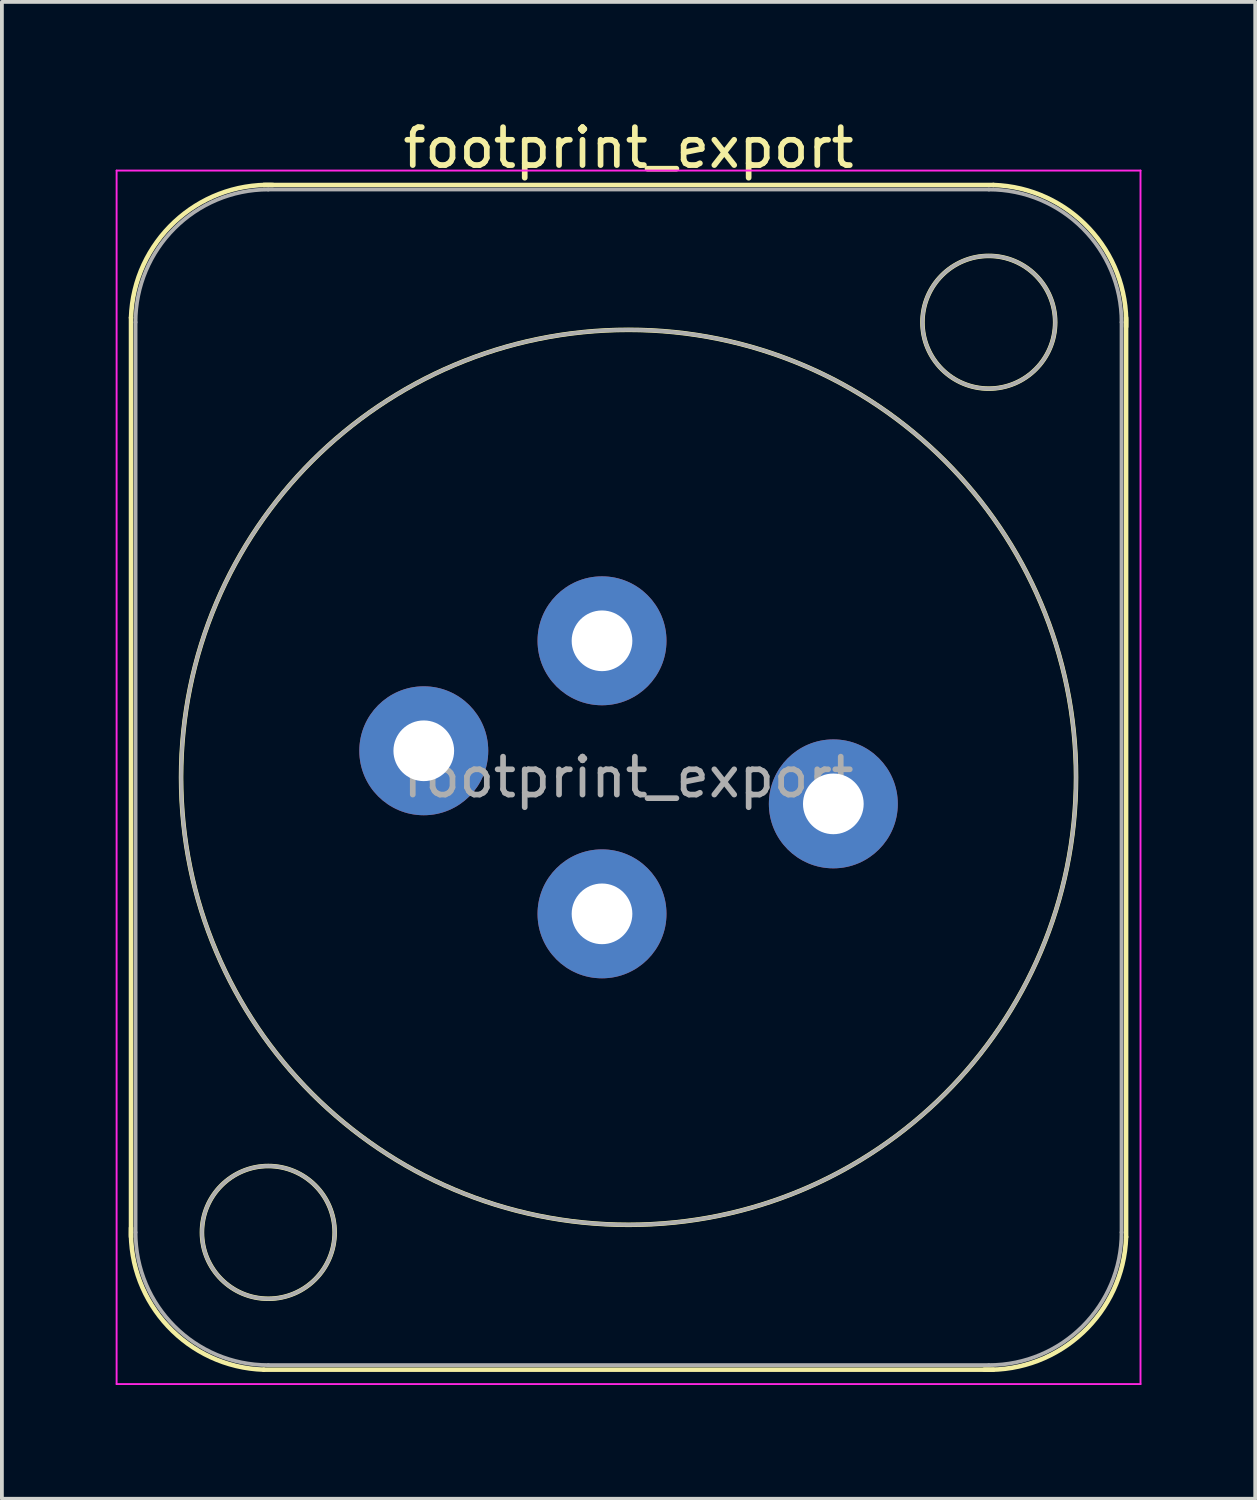
<source format=kicad_pcb>
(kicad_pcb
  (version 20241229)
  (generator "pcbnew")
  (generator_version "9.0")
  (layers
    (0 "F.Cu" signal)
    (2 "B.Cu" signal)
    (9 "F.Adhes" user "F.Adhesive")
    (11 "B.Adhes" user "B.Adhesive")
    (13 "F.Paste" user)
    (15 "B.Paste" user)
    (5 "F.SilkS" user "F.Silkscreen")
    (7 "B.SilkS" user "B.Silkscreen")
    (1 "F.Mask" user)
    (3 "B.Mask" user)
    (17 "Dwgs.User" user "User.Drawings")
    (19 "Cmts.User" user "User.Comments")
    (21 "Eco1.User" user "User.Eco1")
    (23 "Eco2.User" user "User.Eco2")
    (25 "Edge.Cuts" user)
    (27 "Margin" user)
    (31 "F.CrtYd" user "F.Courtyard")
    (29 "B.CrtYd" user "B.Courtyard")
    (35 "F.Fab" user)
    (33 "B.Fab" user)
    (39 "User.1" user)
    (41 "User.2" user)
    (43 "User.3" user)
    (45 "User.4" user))
  (footprint "footprint_export"
    (layer "F.Cu")
    (at 12.825 13.848)
    (property "Reference" "footprint_export" (at 0.7 -13 0) (layer "F.SilkS") (effects (font (size 1 1) (thickness 0.15))))
    (attr through_hole)
    (fp_line (start -12.42 15.72) (end -12.42 -8.52) (stroke (width 0.12) (type solid)) (layer "F.SilkS"))
    (fp_line (start -8.92 -12.02) (end 10.32 -12.02) (stroke (width 0.12) (type solid)) (layer "F.SilkS"))
    (fp_line (start -8.92 19.22) (end 10.32 19.22) (stroke (width 0.12) (type solid)) (layer "F.SilkS"))
    (fp_line (start 13.82 15.72) (end 13.82 -8.52) (stroke (width 0.12) (type solid)) (layer "F.SilkS"))
    (fp_arc (start -12.42 -8.52) (mid -11.274874 -11.044579) (end -8.68 -12.02) (stroke (width 0.12) (type solid)) (layer "F.SilkS"))
    (fp_arc (start -8.92 19.22) (mid -11.444579 18.074874) (end -12.42 15.48) (stroke (width 0.12) (type solid)) (layer "F.SilkS"))
    (fp_arc (start 10.32 -12.02) (mid 12.844579 -10.874874) (end 13.82 -8.28) (stroke (width 0.12) (type solid)) (layer "F.SilkS"))
    (fp_arc (start 13.82 15.72) (mid 12.674874 18.244579) (end 10.08 19.22) (stroke (width 0.12) (type solid)) (layer "F.SilkS"))
    (fp_circle (center -8.8 15.6) (end -7.05 15.6) (stroke (width 0.12) (type solid)) (fill no) (layer "F.SilkS"))
    (fp_circle (center 0.7 3.6) (end 12.5 3.6) (stroke (width 0.12) (type solid)) (fill no) (layer "F.SilkS"))
    (fp_circle (center 10.2 -8.4) (end 11.95 -8.4) (stroke (width 0.12) (type solid)) (fill no) (layer "F.SilkS"))
    (fp_line (start -12.8 -12.4) (end 14.2 -12.4) (stroke (width 0.05) (type solid)) (layer "F.CrtYd"))
    (fp_line (start -12.8 19.6) (end -12.8 -12.4) (stroke (width 0.05) (type solid)) (layer "F.CrtYd"))
    (fp_line (start -12.8 19.6) (end 14.2 19.6) (stroke (width 0.05) (type solid)) (layer "F.CrtYd"))
    (fp_line (start 14.2 19.6) (end 14.2 -12.4) (stroke (width 0.05) (type solid)) (layer "F.CrtYd"))
    (fp_line (start -12.3 15.6) (end -12.3 -8.4) (stroke (width 0.1) (type solid)) (layer "F.Fab"))
    (fp_line (start -8.8 -11.9) (end 10.2 -11.9) (stroke (width 0.1) (type solid)) (layer "F.Fab"))
    (fp_line (start -8.8 19.1) (end 10.2 19.1) (stroke (width 0.1) (type solid)) (layer "F.Fab"))
    (fp_line (start 13.7 15.6) (end 13.7 -8.4) (stroke (width 0.1) (type solid)) (layer "F.Fab"))
    (fp_arc (start -12.3 -8.4) (mid -11.274874 -10.874874) (end -8.8 -11.9) (stroke (width 0.1) (type solid)) (layer "F.Fab"))
    (fp_arc (start -8.8 19.1) (mid -11.274874 18.074874) (end -12.3 15.6) (stroke (width 0.1) (type solid)) (layer "F.Fab"))
    (fp_arc (start 10.2 -11.9) (mid 12.674874 -10.874874) (end 13.7 -8.4) (stroke (width 0.1) (type solid)) (layer "F.Fab"))
    (fp_arc (start 13.7 15.6) (mid 12.674874 18.074874) (end 10.2 19.1) (stroke (width 0.1) (type solid)) (layer "F.Fab"))
    (fp_circle (center -8.8 15.6) (end -10.55 15.6) (stroke (width 0.1) (type solid)) (fill no) (layer "F.Fab"))
    (fp_circle (center 0.7 3.6) (end 12.5 3.6) (stroke (width 0.1) (type solid)) (fill no) (layer "F.Fab"))
    (fp_circle (center 10.2 -8.4) (end 11.95 -8.4) (stroke (width 0.1) (type solid)) (fill no) (layer "F.Fab"))
    (fp_text user "${REFERENCE}" (at 0.7 3.6 0) (layer "F.Fab") (effects (font (size 1 1) (thickness 0.15))))
    (pad "1+" thru_hole circle (at 0 0) (size 3.4 3.4) (drill 1.6) (layers "*.Cu" "*.Mask"))
    (pad "1-" thru_hole circle (at -4.7 2.9) (size 3.4 3.4) (drill 1.6) (layers "*.Cu" "*.Mask"))
    (pad "2+" thru_hole circle (at 0 7.2) (size 3.4 3.4) (drill 1.6) (layers "*.Cu" "*.Mask"))
    (pad "2-" thru_hole circle (at 6.1 4.3) (size 3.4 3.4) (drill 1.6) (layers "*.Cu" "*.Mask")))
  (gr_rect
    (start -3 -3)
    (end 30.05 36.473)
    (stroke (width 0.1) (type default))
    (fill no)
    (layer "Edge.Cuts")))
</source>
